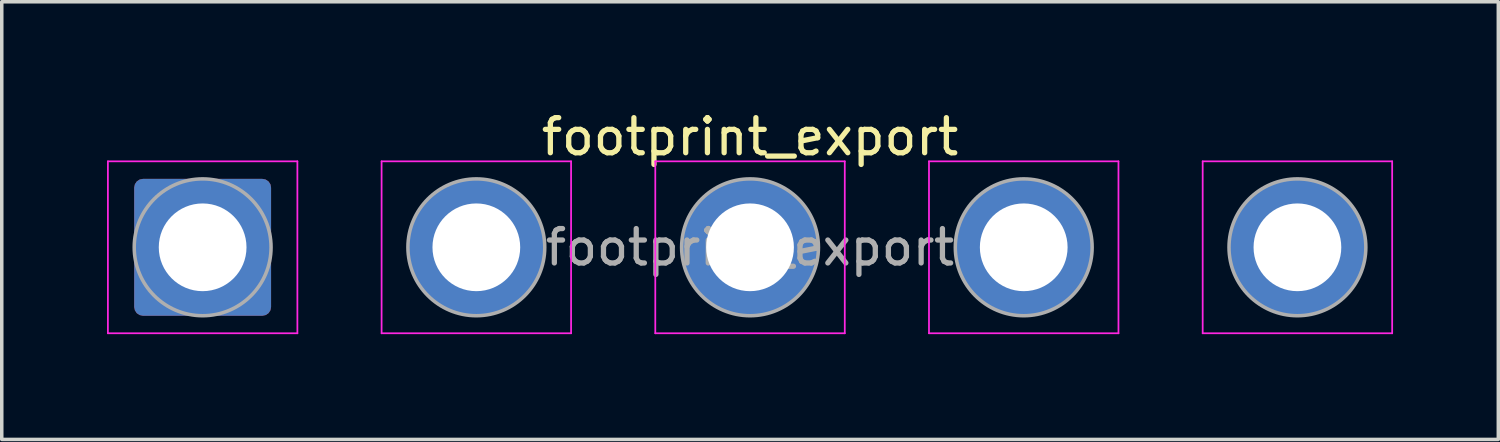
<source format=kicad_pcb>
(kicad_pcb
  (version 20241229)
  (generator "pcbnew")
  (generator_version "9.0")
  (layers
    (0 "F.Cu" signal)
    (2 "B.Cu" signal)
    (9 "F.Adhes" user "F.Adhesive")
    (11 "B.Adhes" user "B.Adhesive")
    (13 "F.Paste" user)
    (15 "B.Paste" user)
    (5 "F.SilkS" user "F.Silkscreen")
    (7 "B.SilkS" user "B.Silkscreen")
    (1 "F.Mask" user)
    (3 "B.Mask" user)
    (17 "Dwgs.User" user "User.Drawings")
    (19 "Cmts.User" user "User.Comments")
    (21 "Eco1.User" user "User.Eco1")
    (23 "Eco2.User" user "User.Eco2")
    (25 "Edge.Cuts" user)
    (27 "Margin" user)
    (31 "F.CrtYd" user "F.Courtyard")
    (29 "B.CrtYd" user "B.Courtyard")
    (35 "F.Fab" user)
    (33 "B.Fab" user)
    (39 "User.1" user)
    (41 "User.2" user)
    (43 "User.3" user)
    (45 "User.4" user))
  (footprint "footprint_export"
    (layer "F.Cu")
    (at 2.725 3.998)
    (property "Reference" "footprint_export" (at 15.6 -3.15 0) (layer "F.SilkS") (effects (font (size 1 1) (thickness 0.15))))
    (attr exclude_from_pos_files exclude_from_bom)
    (fp_line (start -2.7 -2.45) (end -2.7 2.45) (stroke (width 0.05) (type solid)) (layer "F.CrtYd"))
    (fp_line (start -2.7 2.45) (end 2.7 2.45) (stroke (width 0.05) (type solid)) (layer "F.CrtYd"))
    (fp_line (start 2.7 -2.45) (end -2.7 -2.45) (stroke (width 0.05) (type solid)) (layer "F.CrtYd"))
    (fp_line (start 2.7 2.45) (end 2.7 -2.45) (stroke (width 0.05) (type solid)) (layer "F.CrtYd"))
    (fp_line (start 5.1 -2.45) (end 5.1 2.45) (stroke (width 0.05) (type solid)) (layer "F.CrtYd"))
    (fp_line (start 5.1 2.45) (end 10.5 2.45) (stroke (width 0.05) (type solid)) (layer "F.CrtYd"))
    (fp_line (start 10.5 -2.45) (end 5.1 -2.45) (stroke (width 0.05) (type solid)) (layer "F.CrtYd"))
    (fp_line (start 10.5 2.45) (end 10.5 -2.45) (stroke (width 0.05) (type solid)) (layer "F.CrtYd"))
    (fp_line (start 12.9 -2.45) (end 12.9 2.45) (stroke (width 0.05) (type solid)) (layer "F.CrtYd"))
    (fp_line (start 12.9 2.45) (end 18.3 2.45) (stroke (width 0.05) (type solid)) (layer "F.CrtYd"))
    (fp_line (start 18.3 -2.45) (end 12.9 -2.45) (stroke (width 0.05) (type solid)) (layer "F.CrtYd"))
    (fp_line (start 18.3 2.45) (end 18.3 -2.45) (stroke (width 0.05) (type solid)) (layer "F.CrtYd"))
    (fp_line (start 20.7 -2.45) (end 20.7 2.45) (stroke (width 0.05) (type solid)) (layer "F.CrtYd"))
    (fp_line (start 20.7 2.45) (end 26.1 2.45) (stroke (width 0.05) (type solid)) (layer "F.CrtYd"))
    (fp_line (start 26.1 -2.45) (end 20.7 -2.45) (stroke (width 0.05) (type solid)) (layer "F.CrtYd"))
    (fp_line (start 26.1 2.45) (end 26.1 -2.45) (stroke (width 0.05) (type solid)) (layer "F.CrtYd"))
    (fp_line (start 28.5 -2.45) (end 28.5 2.45) (stroke (width 0.05) (type solid)) (layer "F.CrtYd"))
    (fp_line (start 28.5 2.45) (end 33.9 2.45) (stroke (width 0.05) (type solid)) (layer "F.CrtYd"))
    (fp_line (start 33.9 -2.45) (end 28.5 -2.45) (stroke (width 0.05) (type solid)) (layer "F.CrtYd"))
    (fp_line (start 33.9 2.45) (end 33.9 -2.45) (stroke (width 0.05) (type solid)) (layer "F.CrtYd"))
    (fp_circle (center 0 0) (end 1.95 0) (stroke (width 0.1) (type solid)) (fill no) (layer "F.Fab"))
    (fp_circle (center 7.8 0) (end 9.75 0) (stroke (width 0.1) (type solid)) (fill no) (layer "F.Fab"))
    (fp_circle (center 15.6 0) (end 17.55 0) (stroke (width 0.1) (type solid)) (fill no) (layer "F.Fab"))
    (fp_circle (center 23.4 0) (end 25.35 0) (stroke (width 0.1) (type solid)) (fill no) (layer "F.Fab"))
    (fp_circle (center 31.2 0) (end 33.15 0) (stroke (width 0.1) (type solid)) (fill no) (layer "F.Fab"))
    (fp_text user "${REFERENCE}" (at 15.6 0 0) (layer "F.Fab") (effects (font (size 0.98 0.98) (thickness 0.15))))
    (pad "1" thru_hole roundrect (at 0 0) (size 3.9 3.9) (drill 2.5) (layers "*.Cu" "*.Mask") (roundrect_rratio 0.064))
    (pad "2" thru_hole circle (at 7.8 0) (size 3.9 3.9) (drill 2.5) (layers "*.Cu" "*.Mask"))
    (pad "3" thru_hole circle (at 15.6 0) (size 3.9 3.9) (drill 2.5) (layers "*.Cu" "*.Mask"))
    (pad "4" thru_hole circle (at 23.4 0) (size 3.9 3.9) (drill 2.5) (layers "*.Cu" "*.Mask"))
    (pad "5" thru_hole circle (at 31.2 0) (size 3.9 3.9) (drill 2.5) (layers "*.Cu" "*.Mask")))
  (gr_rect
    (start -3 -3)
    (end 39.65 9.473)
    (stroke (width 0.1) (type default))
    (fill no)
    (layer "Edge.Cuts")))
</source>
